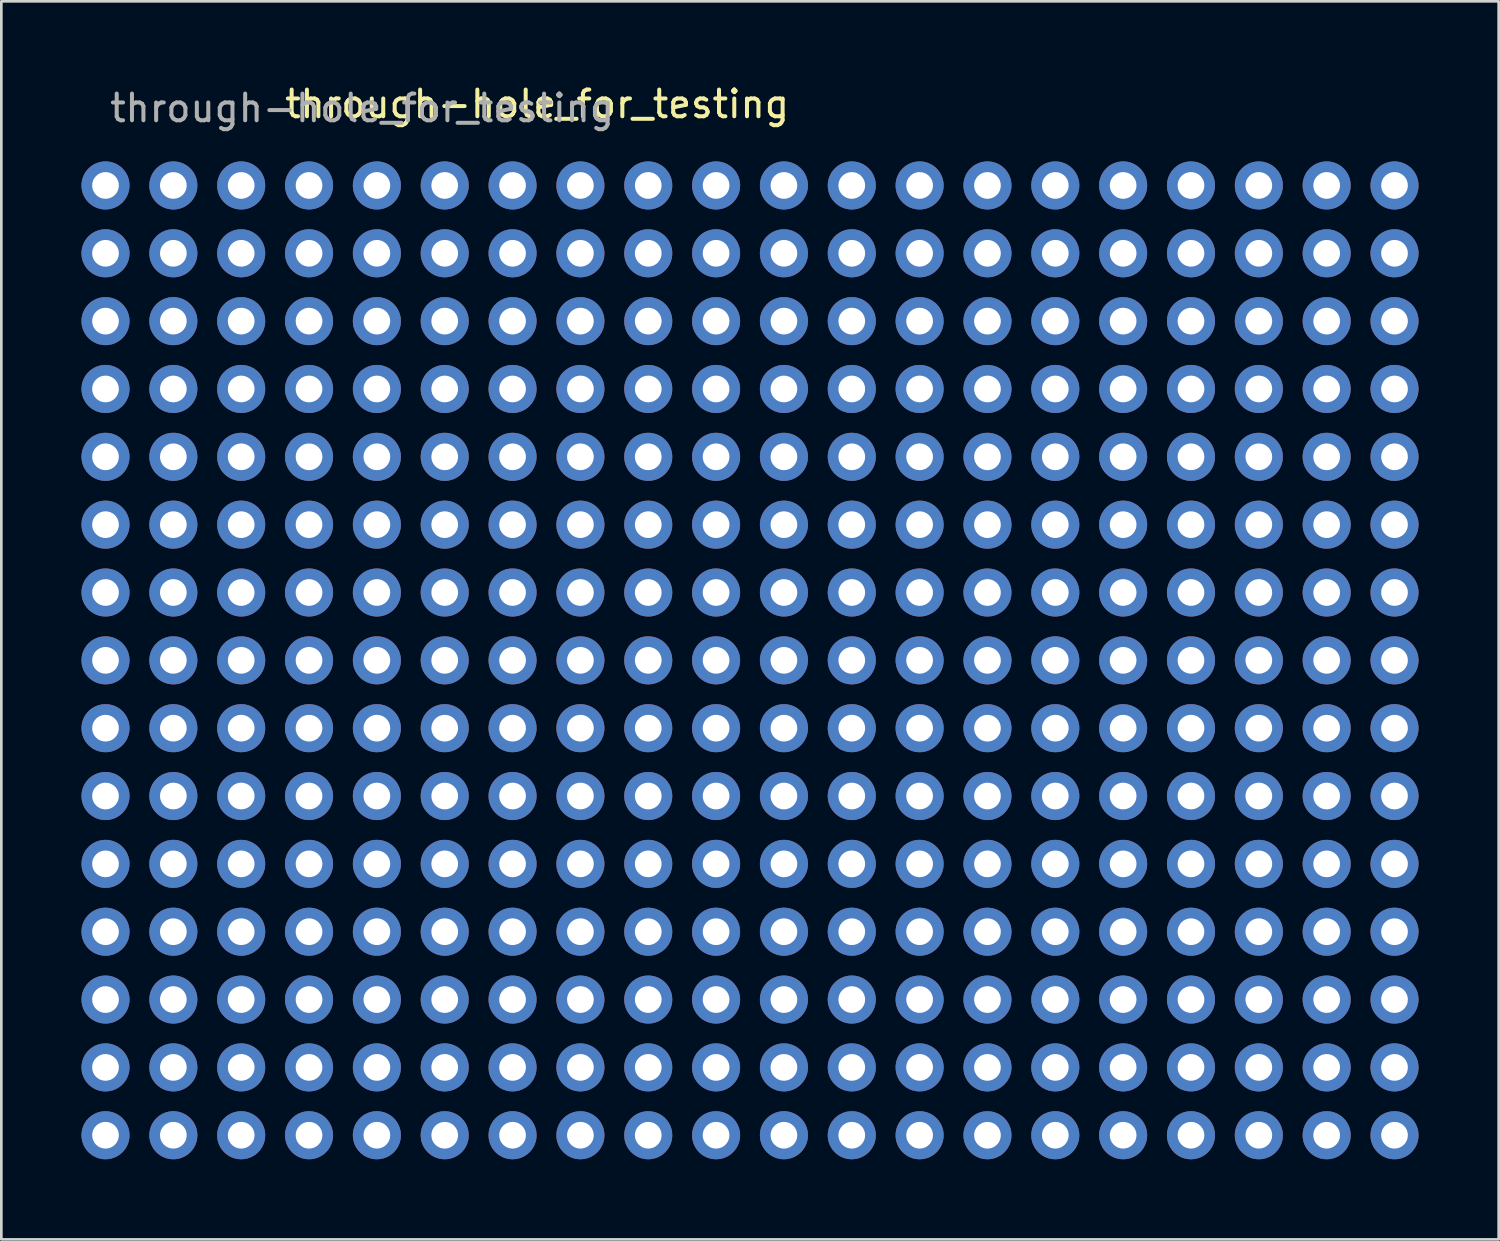
<source format=kicad_pcb>
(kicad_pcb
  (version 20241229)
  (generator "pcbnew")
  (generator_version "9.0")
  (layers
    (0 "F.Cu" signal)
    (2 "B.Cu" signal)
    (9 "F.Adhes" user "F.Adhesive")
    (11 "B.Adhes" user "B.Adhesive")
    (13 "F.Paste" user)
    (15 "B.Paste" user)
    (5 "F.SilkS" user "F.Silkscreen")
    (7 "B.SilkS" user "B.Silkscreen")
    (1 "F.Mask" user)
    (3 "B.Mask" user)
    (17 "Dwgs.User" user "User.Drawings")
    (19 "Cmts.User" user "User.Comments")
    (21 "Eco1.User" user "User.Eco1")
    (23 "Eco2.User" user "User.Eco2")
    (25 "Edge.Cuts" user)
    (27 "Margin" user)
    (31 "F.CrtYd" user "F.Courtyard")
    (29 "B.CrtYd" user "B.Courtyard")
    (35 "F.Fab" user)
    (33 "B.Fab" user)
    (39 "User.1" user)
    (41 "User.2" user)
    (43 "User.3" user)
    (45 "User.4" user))
  (footprint "through-hole_for_testing"
    (layer "F.Cu")
    (at 25.035 21.673)
    (property "Reference" "through-hole_for_testing" (at -7.975 -20.825 0) (unlocked yes) (layer "F.SilkS") (effects (font (size 1 1) (thickness 0.15))))
    (attr through_hole)
    (fp_text user "${REFERENCE}" (at -14.525 -20.675 0) (unlocked yes) (layer "F.Fab") (effects (font (size 1 1) (thickness 0.15))))
    (pad "1" thru_hole circle (at -24.135 -17.78) (size 1.8 1.8) (drill 1) (layers "*.Cu" "*.Mask"))
    (pad "1" thru_hole circle (at -24.135 -15.24) (size 1.8 1.8) (drill 1) (layers "*.Cu" "*.Mask"))
    (pad "1" thru_hole circle (at -24.135 -12.7) (size 1.8 1.8) (drill 1) (layers "*.Cu" "*.Mask"))
    (pad "1" thru_hole circle (at -24.135 -10.16) (size 1.8 1.8) (drill 1) (layers "*.Cu" "*.Mask"))
    (pad "1" thru_hole circle (at -24.135 -7.62) (size 1.8 1.8) (drill 1) (layers "*.Cu" "*.Mask"))
    (pad "1" thru_hole circle (at -24.135 -5.08) (size 1.8 1.8) (drill 1) (layers "*.Cu" "*.Mask"))
    (pad "1" thru_hole circle (at -24.135 -2.54) (size 1.8 1.8) (drill 1) (layers "*.Cu" "*.Mask"))
    (pad "1" thru_hole circle (at -24.135 0) (size 1.8 1.8) (drill 1) (layers "*.Cu" "*.Mask"))
    (pad "1" thru_hole circle (at -24.135 2.54) (size 1.8 1.8) (drill 1) (layers "*.Cu" "*.Mask"))
    (pad "1" thru_hole circle (at -24.135 5.08) (size 1.8 1.8) (drill 1) (layers "*.Cu" "*.Mask"))
    (pad "1" thru_hole circle (at -24.135 7.62) (size 1.8 1.8) (drill 1) (layers "*.Cu" "*.Mask"))
    (pad "1" thru_hole circle (at -24.135 10.16) (size 1.8 1.8) (drill 1) (layers "*.Cu" "*.Mask"))
    (pad "1" thru_hole circle (at -24.135 12.7) (size 1.8 1.8) (drill 1) (layers "*.Cu" "*.Mask"))
    (pad "1" thru_hole circle (at -24.135 15.24) (size 1.8 1.8) (drill 1) (layers "*.Cu" "*.Mask"))
    (pad "1" thru_hole circle (at -24.135 17.78) (size 1.8 1.8) (drill 1) (layers "*.Cu" "*.Mask"))
    (pad "1" thru_hole circle (at -21.595 -17.78) (size 1.8 1.8) (drill 1) (layers "*.Cu" "*.Mask"))
    (pad "1" thru_hole circle (at -21.595 -15.24) (size 1.8 1.8) (drill 1) (layers "*.Cu" "*.Mask"))
    (pad "1" thru_hole circle (at -21.595 -12.7) (size 1.8 1.8) (drill 1) (layers "*.Cu" "*.Mask"))
    (pad "1" thru_hole circle (at -21.595 -10.16) (size 1.8 1.8) (drill 1) (layers "*.Cu" "*.Mask"))
    (pad "1" thru_hole circle (at -21.595 -7.62) (size 1.8 1.8) (drill 1) (layers "*.Cu" "*.Mask"))
    (pad "1" thru_hole circle (at -21.595 -5.08) (size 1.8 1.8) (drill 1) (layers "*.Cu" "*.Mask"))
    (pad "1" thru_hole circle (at -21.595 -2.54) (size 1.8 1.8) (drill 1) (layers "*.Cu" "*.Mask"))
    (pad "1" thru_hole circle (at -21.595 0) (size 1.8 1.8) (drill 1) (layers "*.Cu" "*.Mask"))
    (pad "1" thru_hole circle (at -21.595 2.54) (size 1.8 1.8) (drill 1) (layers "*.Cu" "*.Mask"))
    (pad "1" thru_hole circle (at -21.595 5.08) (size 1.8 1.8) (drill 1) (layers "*.Cu" "*.Mask"))
    (pad "1" thru_hole circle (at -21.595 7.62) (size 1.8 1.8) (drill 1) (layers "*.Cu" "*.Mask"))
    (pad "1" thru_hole circle (at -21.595 10.16) (size 1.8 1.8) (drill 1) (layers "*.Cu" "*.Mask"))
    (pad "1" thru_hole circle (at -21.595 12.7) (size 1.8 1.8) (drill 1) (layers "*.Cu" "*.Mask"))
    (pad "1" thru_hole circle (at -21.595 15.24) (size 1.8 1.8) (drill 1) (layers "*.Cu" "*.Mask"))
    (pad "1" thru_hole circle (at -21.595 17.78) (size 1.8 1.8) (drill 1) (layers "*.Cu" "*.Mask"))
    (pad "1" thru_hole circle (at -19.055 -17.78) (size 1.8 1.8) (drill 1) (layers "*.Cu" "*.Mask"))
    (pad "1" thru_hole circle (at -19.055 -15.24) (size 1.8 1.8) (drill 1) (layers "*.Cu" "*.Mask"))
    (pad "1" thru_hole circle (at -19.055 -12.7) (size 1.8 1.8) (drill 1) (layers "*.Cu" "*.Mask"))
    (pad "1" thru_hole circle (at -19.055 -10.16) (size 1.8 1.8) (drill 1) (layers "*.Cu" "*.Mask"))
    (pad "1" thru_hole circle (at -19.055 -7.62) (size 1.8 1.8) (drill 1) (layers "*.Cu" "*.Mask"))
    (pad "1" thru_hole circle (at -19.055 -5.08) (size 1.8 1.8) (drill 1) (layers "*.Cu" "*.Mask"))
    (pad "1" thru_hole circle (at -19.055 -2.54) (size 1.8 1.8) (drill 1) (layers "*.Cu" "*.Mask"))
    (pad "1" thru_hole circle (at -19.055 0) (size 1.8 1.8) (drill 1) (layers "*.Cu" "*.Mask"))
    (pad "1" thru_hole circle (at -19.055 2.54) (size 1.8 1.8) (drill 1) (layers "*.Cu" "*.Mask"))
    (pad "1" thru_hole circle (at -19.055 5.08) (size 1.8 1.8) (drill 1) (layers "*.Cu" "*.Mask"))
    (pad "1" thru_hole circle (at -19.055 7.62) (size 1.8 1.8) (drill 1) (layers "*.Cu" "*.Mask"))
    (pad "1" thru_hole circle (at -19.055 10.16) (size 1.8 1.8) (drill 1) (layers "*.Cu" "*.Mask"))
    (pad "1" thru_hole circle (at -19.055 12.7) (size 1.8 1.8) (drill 1) (layers "*.Cu" "*.Mask"))
    (pad "1" thru_hole circle (at -19.055 15.24) (size 1.8 1.8) (drill 1) (layers "*.Cu" "*.Mask"))
    (pad "1" thru_hole circle (at -19.055 17.78) (size 1.8 1.8) (drill 1) (layers "*.Cu" "*.Mask"))
    (pad "1" thru_hole circle (at -16.515 -17.78) (size 1.8 1.8) (drill 1) (layers "*.Cu" "*.Mask"))
    (pad "1" thru_hole circle (at -16.515 -15.24) (size 1.8 1.8) (drill 1) (layers "*.Cu" "*.Mask"))
    (pad "1" thru_hole circle (at -16.515 -12.7) (size 1.8 1.8) (drill 1) (layers "*.Cu" "*.Mask"))
    (pad "1" thru_hole circle (at -16.515 -10.16) (size 1.8 1.8) (drill 1) (layers "*.Cu" "*.Mask"))
    (pad "1" thru_hole circle (at -16.515 -7.62) (size 1.8 1.8) (drill 1) (layers "*.Cu" "*.Mask"))
    (pad "1" thru_hole circle (at -16.515 -5.08) (size 1.8 1.8) (drill 1) (layers "*.Cu" "*.Mask"))
    (pad "1" thru_hole circle (at -16.515 -2.54) (size 1.8 1.8) (drill 1) (layers "*.Cu" "*.Mask"))
    (pad "1" thru_hole circle (at -16.515 0) (size 1.8 1.8) (drill 1) (layers "*.Cu" "*.Mask"))
    (pad "1" thru_hole circle (at -16.515 2.54) (size 1.8 1.8) (drill 1) (layers "*.Cu" "*.Mask"))
    (pad "1" thru_hole circle (at -16.515 5.08) (size 1.8 1.8) (drill 1) (layers "*.Cu" "*.Mask"))
    (pad "1" thru_hole circle (at -16.515 7.62) (size 1.8 1.8) (drill 1) (layers "*.Cu" "*.Mask"))
    (pad "1" thru_hole circle (at -16.515 10.16) (size 1.8 1.8) (drill 1) (layers "*.Cu" "*.Mask"))
    (pad "1" thru_hole circle (at -16.515 12.7) (size 1.8 1.8) (drill 1) (layers "*.Cu" "*.Mask"))
    (pad "1" thru_hole circle (at -16.515 15.24) (size 1.8 1.8) (drill 1) (layers "*.Cu" "*.Mask"))
    (pad "1" thru_hole circle (at -16.515 17.78) (size 1.8 1.8) (drill 1) (layers "*.Cu" "*.Mask"))
    (pad "1" thru_hole circle (at -13.975 -17.78) (size 1.8 1.8) (drill 1) (layers "*.Cu" "*.Mask"))
    (pad "1" thru_hole circle (at -13.975 -15.24) (size 1.8 1.8) (drill 1) (layers "*.Cu" "*.Mask"))
    (pad "1" thru_hole circle (at -13.975 -12.7) (size 1.8 1.8) (drill 1) (layers "*.Cu" "*.Mask"))
    (pad "1" thru_hole circle (at -13.975 -10.16) (size 1.8 1.8) (drill 1) (layers "*.Cu" "*.Mask"))
    (pad "1" thru_hole circle (at -13.975 -7.62) (size 1.8 1.8) (drill 1) (layers "*.Cu" "*.Mask"))
    (pad "1" thru_hole circle (at -13.975 -5.08) (size 1.8 1.8) (drill 1) (layers "*.Cu" "*.Mask"))
    (pad "1" thru_hole circle (at -13.975 -2.54) (size 1.8 1.8) (drill 1) (layers "*.Cu" "*.Mask"))
    (pad "1" thru_hole circle (at -13.975 0) (size 1.8 1.8) (drill 1) (layers "*.Cu" "*.Mask"))
    (pad "1" thru_hole circle (at -13.975 2.54) (size 1.8 1.8) (drill 1) (layers "*.Cu" "*.Mask"))
    (pad "1" thru_hole circle (at -13.975 5.08) (size 1.8 1.8) (drill 1) (layers "*.Cu" "*.Mask"))
    (pad "1" thru_hole circle (at -13.975 7.62) (size 1.8 1.8) (drill 1) (layers "*.Cu" "*.Mask"))
    (pad "1" thru_hole circle (at -13.975 10.16) (size 1.8 1.8) (drill 1) (layers "*.Cu" "*.Mask"))
    (pad "1" thru_hole circle (at -13.975 12.7) (size 1.8 1.8) (drill 1) (layers "*.Cu" "*.Mask"))
    (pad "1" thru_hole circle (at -13.975 15.24) (size 1.8 1.8) (drill 1) (layers "*.Cu" "*.Mask"))
    (pad "1" thru_hole circle (at -13.975 17.78) (size 1.8 1.8) (drill 1) (layers "*.Cu" "*.Mask"))
    (pad "1" thru_hole circle (at -11.435 -17.78) (size 1.8 1.8) (drill 1) (layers "*.Cu" "*.Mask"))
    (pad "1" thru_hole circle (at -11.435 -15.24) (size 1.8 1.8) (drill 1) (layers "*.Cu" "*.Mask"))
    (pad "1" thru_hole circle (at -11.435 -12.7) (size 1.8 1.8) (drill 1) (layers "*.Cu" "*.Mask"))
    (pad "1" thru_hole circle (at -11.435 -10.16) (size 1.8 1.8) (drill 1) (layers "*.Cu" "*.Mask"))
    (pad "1" thru_hole circle (at -11.435 -7.62) (size 1.8 1.8) (drill 1) (layers "*.Cu" "*.Mask"))
    (pad "1" thru_hole circle (at -11.435 -5.08) (size 1.8 1.8) (drill 1) (layers "*.Cu" "*.Mask"))
    (pad "1" thru_hole circle (at -11.435 -2.54) (size 1.8 1.8) (drill 1) (layers "*.Cu" "*.Mask"))
    (pad "1" thru_hole circle (at -11.435 0) (size 1.8 1.8) (drill 1) (layers "*.Cu" "*.Mask"))
    (pad "1" thru_hole circle (at -11.435 2.54) (size 1.8 1.8) (drill 1) (layers "*.Cu" "*.Mask"))
    (pad "1" thru_hole circle (at -11.435 5.08) (size 1.8 1.8) (drill 1) (layers "*.Cu" "*.Mask"))
    (pad "1" thru_hole circle (at -11.435 7.62) (size 1.8 1.8) (drill 1) (layers "*.Cu" "*.Mask"))
    (pad "1" thru_hole circle (at -11.435 10.16) (size 1.8 1.8) (drill 1) (layers "*.Cu" "*.Mask"))
    (pad "1" thru_hole circle (at -11.435 12.7) (size 1.8 1.8) (drill 1) (layers "*.Cu" "*.Mask"))
    (pad "1" thru_hole circle (at -11.435 15.24) (size 1.8 1.8) (drill 1) (layers "*.Cu" "*.Mask"))
    (pad "1" thru_hole circle (at -11.435 17.78) (size 1.8 1.8) (drill 1) (layers "*.Cu" "*.Mask"))
    (pad "1" thru_hole circle (at -8.895 -17.78) (size 1.8 1.8) (drill 1) (layers "*.Cu" "*.Mask"))
    (pad "1" thru_hole circle (at -8.895 -15.24) (size 1.8 1.8) (drill 1) (layers "*.Cu" "*.Mask"))
    (pad "1" thru_hole circle (at -8.895 -12.7) (size 1.8 1.8) (drill 1) (layers "*.Cu" "*.Mask"))
    (pad "1" thru_hole circle (at -8.895 -10.16) (size 1.8 1.8) (drill 1) (layers "*.Cu" "*.Mask"))
    (pad "1" thru_hole circle (at -8.895 -7.62) (size 1.8 1.8) (drill 1) (layers "*.Cu" "*.Mask"))
    (pad "1" thru_hole circle (at -8.895 -5.08) (size 1.8 1.8) (drill 1) (layers "*.Cu" "*.Mask"))
    (pad "1" thru_hole circle (at -8.895 -2.54) (size 1.8 1.8) (drill 1) (layers "*.Cu" "*.Mask"))
    (pad "1" thru_hole circle (at -8.895 0) (size 1.8 1.8) (drill 1) (layers "*.Cu" "*.Mask"))
    (pad "1" thru_hole circle (at -8.895 2.54) (size 1.8 1.8) (drill 1) (layers "*.Cu" "*.Mask"))
    (pad "1" thru_hole circle (at -8.895 5.08) (size 1.8 1.8) (drill 1) (layers "*.Cu" "*.Mask"))
    (pad "1" thru_hole circle (at -8.895 7.62) (size 1.8 1.8) (drill 1) (layers "*.Cu" "*.Mask"))
    (pad "1" thru_hole circle (at -8.895 10.16) (size 1.8 1.8) (drill 1) (layers "*.Cu" "*.Mask"))
    (pad "1" thru_hole circle (at -8.895 12.7) (size 1.8 1.8) (drill 1) (layers "*.Cu" "*.Mask"))
    (pad "1" thru_hole circle (at -8.895 15.24) (size 1.8 1.8) (drill 1) (layers "*.Cu" "*.Mask"))
    (pad "1" thru_hole circle (at -8.895 17.78) (size 1.8 1.8) (drill 1) (layers "*.Cu" "*.Mask"))
    (pad "1" thru_hole circle (at -6.355 -17.78) (size 1.8 1.8) (drill 1) (layers "*.Cu" "*.Mask"))
    (pad "1" thru_hole circle (at -6.355 -15.24) (size 1.8 1.8) (drill 1) (layers "*.Cu" "*.Mask"))
    (pad "1" thru_hole circle (at -6.355 -12.7) (size 1.8 1.8) (drill 1) (layers "*.Cu" "*.Mask"))
    (pad "1" thru_hole circle (at -6.355 -10.16) (size 1.8 1.8) (drill 1) (layers "*.Cu" "*.Mask"))
    (pad "1" thru_hole circle (at -6.355 -7.62) (size 1.8 1.8) (drill 1) (layers "*.Cu" "*.Mask"))
    (pad "1" thru_hole circle (at -6.355 -5.08) (size 1.8 1.8) (drill 1) (layers "*.Cu" "*.Mask"))
    (pad "1" thru_hole circle (at -6.355 -2.54) (size 1.8 1.8) (drill 1) (layers "*.Cu" "*.Mask"))
    (pad "1" thru_hole circle (at -6.355 0) (size 1.8 1.8) (drill 1) (layers "*.Cu" "*.Mask"))
    (pad "1" thru_hole circle (at -6.355 2.54) (size 1.8 1.8) (drill 1) (layers "*.Cu" "*.Mask"))
    (pad "1" thru_hole circle (at -6.355 5.08) (size 1.8 1.8) (drill 1) (layers "*.Cu" "*.Mask"))
    (pad "1" thru_hole circle (at -6.355 7.62) (size 1.8 1.8) (drill 1) (layers "*.Cu" "*.Mask"))
    (pad "1" thru_hole circle (at -6.355 10.16) (size 1.8 1.8) (drill 1) (layers "*.Cu" "*.Mask"))
    (pad "1" thru_hole circle (at -6.355 12.7) (size 1.8 1.8) (drill 1) (layers "*.Cu" "*.Mask"))
    (pad "1" thru_hole circle (at -6.355 15.24) (size 1.8 1.8) (drill 1) (layers "*.Cu" "*.Mask"))
    (pad "1" thru_hole circle (at -6.355 17.78) (size 1.8 1.8) (drill 1) (layers "*.Cu" "*.Mask"))
    (pad "1" thru_hole circle (at -3.815 -17.78) (size 1.8 1.8) (drill 1) (layers "*.Cu" "*.Mask"))
    (pad "1" thru_hole circle (at -3.815 -15.24) (size 1.8 1.8) (drill 1) (layers "*.Cu" "*.Mask"))
    (pad "1" thru_hole circle (at -3.815 -12.7) (size 1.8 1.8) (drill 1) (layers "*.Cu" "*.Mask"))
    (pad "1" thru_hole circle (at -3.815 -10.16) (size 1.8 1.8) (drill 1) (layers "*.Cu" "*.Mask"))
    (pad "1" thru_hole circle (at -3.815 -7.62) (size 1.8 1.8) (drill 1) (layers "*.Cu" "*.Mask"))
    (pad "1" thru_hole circle (at -3.815 -5.08) (size 1.8 1.8) (drill 1) (layers "*.Cu" "*.Mask"))
    (pad "1" thru_hole circle (at -3.815 -2.54) (size 1.8 1.8) (drill 1) (layers "*.Cu" "*.Mask"))
    (pad "1" thru_hole circle (at -3.815 0) (size 1.8 1.8) (drill 1) (layers "*.Cu" "*.Mask"))
    (pad "1" thru_hole circle (at -3.815 2.54) (size 1.8 1.8) (drill 1) (layers "*.Cu" "*.Mask"))
    (pad "1" thru_hole circle (at -3.815 5.08) (size 1.8 1.8) (drill 1) (layers "*.Cu" "*.Mask"))
    (pad "1" thru_hole circle (at -3.815 7.62) (size 1.8 1.8) (drill 1) (layers "*.Cu" "*.Mask"))
    (pad "1" thru_hole circle (at -3.815 10.16) (size 1.8 1.8) (drill 1) (layers "*.Cu" "*.Mask"))
    (pad "1" thru_hole circle (at -3.815 12.7) (size 1.8 1.8) (drill 1) (layers "*.Cu" "*.Mask"))
    (pad "1" thru_hole circle (at -3.815 15.24) (size 1.8 1.8) (drill 1) (layers "*.Cu" "*.Mask"))
    (pad "1" thru_hole circle (at -3.815 17.78) (size 1.8 1.8) (drill 1) (layers "*.Cu" "*.Mask"))
    (pad "1" thru_hole circle (at -1.275 -17.78) (size 1.8 1.8) (drill 1) (layers "*.Cu" "*.Mask"))
    (pad "1" thru_hole circle (at -1.275 -15.24) (size 1.8 1.8) (drill 1) (layers "*.Cu" "*.Mask"))
    (pad "1" thru_hole circle (at -1.275 -12.7) (size 1.8 1.8) (drill 1) (layers "*.Cu" "*.Mask"))
    (pad "1" thru_hole circle (at -1.275 -10.16) (size 1.8 1.8) (drill 1) (layers "*.Cu" "*.Mask"))
    (pad "1" thru_hole circle (at -1.275 -7.62) (size 1.8 1.8) (drill 1) (layers "*.Cu" "*.Mask"))
    (pad "1" thru_hole circle (at -1.275 -5.08) (size 1.8 1.8) (drill 1) (layers "*.Cu" "*.Mask"))
    (pad "1" thru_hole circle (at -1.275 -2.54) (size 1.8 1.8) (drill 1) (layers "*.Cu" "*.Mask"))
    (pad "1" thru_hole circle (at -1.275 0) (size 1.8 1.8) (drill 1) (layers "*.Cu" "*.Mask"))
    (pad "1" thru_hole circle (at -1.275 2.54) (size 1.8 1.8) (drill 1) (layers "*.Cu" "*.Mask"))
    (pad "1" thru_hole circle (at -1.275 5.08) (size 1.8 1.8) (drill 1) (layers "*.Cu" "*.Mask"))
    (pad "1" thru_hole circle (at -1.275 7.62) (size 1.8 1.8) (drill 1) (layers "*.Cu" "*.Mask"))
    (pad "1" thru_hole circle (at -1.275 10.16) (size 1.8 1.8) (drill 1) (layers "*.Cu" "*.Mask"))
    (pad "1" thru_hole circle (at -1.275 12.7) (size 1.8 1.8) (drill 1) (layers "*.Cu" "*.Mask"))
    (pad "1" thru_hole circle (at -1.275 15.24) (size 1.8 1.8) (drill 1) (layers "*.Cu" "*.Mask"))
    (pad "1" thru_hole circle (at -1.275 17.78) (size 1.8 1.8) (drill 1) (layers "*.Cu" "*.Mask"))
    (pad "1" thru_hole circle (at 1.265 -17.78) (size 1.8 1.8) (drill 1) (layers "*.Cu" "*.Mask"))
    (pad "1" thru_hole circle (at 1.265 -15.24) (size 1.8 1.8) (drill 1) (layers "*.Cu" "*.Mask"))
    (pad "1" thru_hole circle (at 1.265 -12.7) (size 1.8 1.8) (drill 1) (layers "*.Cu" "*.Mask"))
    (pad "1" thru_hole circle (at 1.265 -10.16) (size 1.8 1.8) (drill 1) (layers "*.Cu" "*.Mask"))
    (pad "1" thru_hole circle (at 1.265 -7.62) (size 1.8 1.8) (drill 1) (layers "*.Cu" "*.Mask"))
    (pad "1" thru_hole circle (at 1.265 -5.08) (size 1.8 1.8) (drill 1) (layers "*.Cu" "*.Mask"))
    (pad "1" thru_hole circle (at 1.265 -2.54) (size 1.8 1.8) (drill 1) (layers "*.Cu" "*.Mask"))
    (pad "1" thru_hole circle (at 1.265 0) (size 1.8 1.8) (drill 1) (layers "*.Cu" "*.Mask"))
    (pad "1" thru_hole circle (at 1.265 2.54) (size 1.8 1.8) (drill 1) (layers "*.Cu" "*.Mask"))
    (pad "1" thru_hole circle (at 1.265 5.08) (size 1.8 1.8) (drill 1) (layers "*.Cu" "*.Mask"))
    (pad "1" thru_hole circle (at 1.265 7.62) (size 1.8 1.8) (drill 1) (layers "*.Cu" "*.Mask"))
    (pad "1" thru_hole circle (at 1.265 10.16) (size 1.8 1.8) (drill 1) (layers "*.Cu" "*.Mask"))
    (pad "1" thru_hole circle (at 1.265 12.7) (size 1.8 1.8) (drill 1) (layers "*.Cu" "*.Mask"))
    (pad "1" thru_hole circle (at 1.265 15.24) (size 1.8 1.8) (drill 1) (layers "*.Cu" "*.Mask"))
    (pad "1" thru_hole circle (at 1.265 17.78) (size 1.8 1.8) (drill 1) (layers "*.Cu" "*.Mask"))
    (pad "1" thru_hole circle (at 3.805 -17.78) (size 1.8 1.8) (drill 1) (layers "*.Cu" "*.Mask"))
    (pad "1" thru_hole circle (at 3.805 -15.24) (size 1.8 1.8) (drill 1) (layers "*.Cu" "*.Mask"))
    (pad "1" thru_hole circle (at 3.805 -12.7) (size 1.8 1.8) (drill 1) (layers "*.Cu" "*.Mask"))
    (pad "1" thru_hole circle (at 3.805 -10.16) (size 1.8 1.8) (drill 1) (layers "*.Cu" "*.Mask"))
    (pad "1" thru_hole circle (at 3.805 -7.62) (size 1.8 1.8) (drill 1) (layers "*.Cu" "*.Mask"))
    (pad "1" thru_hole circle (at 3.805 -5.08) (size 1.8 1.8) (drill 1) (layers "*.Cu" "*.Mask"))
    (pad "1" thru_hole circle (at 3.805 -2.54) (size 1.8 1.8) (drill 1) (layers "*.Cu" "*.Mask"))
    (pad "1" thru_hole circle (at 3.805 0) (size 1.8 1.8) (drill 1) (layers "*.Cu" "*.Mask"))
    (pad "1" thru_hole circle (at 3.805 2.54) (size 1.8 1.8) (drill 1) (layers "*.Cu" "*.Mask"))
    (pad "1" thru_hole circle (at 3.805 5.08) (size 1.8 1.8) (drill 1) (layers "*.Cu" "*.Mask"))
    (pad "1" thru_hole circle (at 3.805 7.62) (size 1.8 1.8) (drill 1) (layers "*.Cu" "*.Mask"))
    (pad "1" thru_hole circle (at 3.805 10.16) (size 1.8 1.8) (drill 1) (layers "*.Cu" "*.Mask"))
    (pad "1" thru_hole circle (at 3.805 12.7) (size 1.8 1.8) (drill 1) (layers "*.Cu" "*.Mask"))
    (pad "1" thru_hole circle (at 3.805 15.24) (size 1.8 1.8) (drill 1) (layers "*.Cu" "*.Mask"))
    (pad "1" thru_hole circle (at 3.805 17.78) (size 1.8 1.8) (drill 1) (layers "*.Cu" "*.Mask"))
    (pad "1" thru_hole circle (at 6.345 -17.78) (size 1.8 1.8) (drill 1) (layers "*.Cu" "*.Mask"))
    (pad "1" thru_hole circle (at 6.345 -15.24) (size 1.8 1.8) (drill 1) (layers "*.Cu" "*.Mask"))
    (pad "1" thru_hole circle (at 6.345 -12.7) (size 1.8 1.8) (drill 1) (layers "*.Cu" "*.Mask"))
    (pad "1" thru_hole circle (at 6.345 -10.16) (size 1.8 1.8) (drill 1) (layers "*.Cu" "*.Mask"))
    (pad "1" thru_hole circle (at 6.345 -7.62) (size 1.8 1.8) (drill 1) (layers "*.Cu" "*.Mask"))
    (pad "1" thru_hole circle (at 6.345 -5.08) (size 1.8 1.8) (drill 1) (layers "*.Cu" "*.Mask"))
    (pad "1" thru_hole circle (at 6.345 -2.54) (size 1.8 1.8) (drill 1) (layers "*.Cu" "*.Mask"))
    (pad "1" thru_hole circle (at 6.345 0) (size 1.8 1.8) (drill 1) (layers "*.Cu" "*.Mask"))
    (pad "1" thru_hole circle (at 6.345 2.54) (size 1.8 1.8) (drill 1) (layers "*.Cu" "*.Mask"))
    (pad "1" thru_hole circle (at 6.345 5.08) (size 1.8 1.8) (drill 1) (layers "*.Cu" "*.Mask"))
    (pad "1" thru_hole circle (at 6.345 7.62) (size 1.8 1.8) (drill 1) (layers "*.Cu" "*.Mask"))
    (pad "1" thru_hole circle (at 6.345 10.16) (size 1.8 1.8) (drill 1) (layers "*.Cu" "*.Mask"))
    (pad "1" thru_hole circle (at 6.345 12.7) (size 1.8 1.8) (drill 1) (layers "*.Cu" "*.Mask"))
    (pad "1" thru_hole circle (at 6.345 15.24) (size 1.8 1.8) (drill 1) (layers "*.Cu" "*.Mask"))
    (pad "1" thru_hole circle (at 6.345 17.78) (size 1.8 1.8) (drill 1) (layers "*.Cu" "*.Mask"))
    (pad "1" thru_hole circle (at 8.885 -17.78) (size 1.8 1.8) (drill 1) (layers "*.Cu" "*.Mask"))
    (pad "1" thru_hole circle (at 8.885 -15.24) (size 1.8 1.8) (drill 1) (layers "*.Cu" "*.Mask"))
    (pad "1" thru_hole circle (at 8.885 -12.7) (size 1.8 1.8) (drill 1) (layers "*.Cu" "*.Mask"))
    (pad "1" thru_hole circle (at 8.885 -10.16) (size 1.8 1.8) (drill 1) (layers "*.Cu" "*.Mask"))
    (pad "1" thru_hole circle (at 8.885 -7.62) (size 1.8 1.8) (drill 1) (layers "*.Cu" "*.Mask"))
    (pad "1" thru_hole circle (at 8.885 -5.08) (size 1.8 1.8) (drill 1) (layers "*.Cu" "*.Mask"))
    (pad "1" thru_hole circle (at 8.885 -2.54) (size 1.8 1.8) (drill 1) (layers "*.Cu" "*.Mask"))
    (pad "1" thru_hole circle (at 8.885 0) (size 1.8 1.8) (drill 1) (layers "*.Cu" "*.Mask"))
    (pad "1" thru_hole circle (at 8.885 2.54) (size 1.8 1.8) (drill 1) (layers "*.Cu" "*.Mask"))
    (pad "1" thru_hole circle (at 8.885 5.08) (size 1.8 1.8) (drill 1) (layers "*.Cu" "*.Mask"))
    (pad "1" thru_hole circle (at 8.885 7.62) (size 1.8 1.8) (drill 1) (layers "*.Cu" "*.Mask"))
    (pad "1" thru_hole circle (at 8.885 10.16) (size 1.8 1.8) (drill 1) (layers "*.Cu" "*.Mask"))
    (pad "1" thru_hole circle (at 8.885 12.7) (size 1.8 1.8) (drill 1) (layers "*.Cu" "*.Mask"))
    (pad "1" thru_hole circle (at 8.885 15.24) (size 1.8 1.8) (drill 1) (layers "*.Cu" "*.Mask"))
    (pad "1" thru_hole circle (at 8.885 17.78) (size 1.8 1.8) (drill 1) (layers "*.Cu" "*.Mask"))
    (pad "1" thru_hole circle (at 11.425 -17.78) (size 1.8 1.8) (drill 1) (layers "*.Cu" "*.Mask"))
    (pad "1" thru_hole circle (at 11.425 -15.24) (size 1.8 1.8) (drill 1) (layers "*.Cu" "*.Mask"))
    (pad "1" thru_hole circle (at 11.425 -12.7) (size 1.8 1.8) (drill 1) (layers "*.Cu" "*.Mask"))
    (pad "1" thru_hole circle (at 11.425 -10.16) (size 1.8 1.8) (drill 1) (layers "*.Cu" "*.Mask"))
    (pad "1" thru_hole circle (at 11.425 -7.62) (size 1.8 1.8) (drill 1) (layers "*.Cu" "*.Mask"))
    (pad "1" thru_hole circle (at 11.425 -5.08) (size 1.8 1.8) (drill 1) (layers "*.Cu" "*.Mask"))
    (pad "1" thru_hole circle (at 11.425 -2.54) (size 1.8 1.8) (drill 1) (layers "*.Cu" "*.Mask"))
    (pad "1" thru_hole circle (at 11.425 0) (size 1.8 1.8) (drill 1) (layers "*.Cu" "*.Mask"))
    (pad "1" thru_hole circle (at 11.425 2.54) (size 1.8 1.8) (drill 1) (layers "*.Cu" "*.Mask"))
    (pad "1" thru_hole circle (at 11.425 5.08) (size 1.8 1.8) (drill 1) (layers "*.Cu" "*.Mask"))
    (pad "1" thru_hole circle (at 11.425 7.62) (size 1.8 1.8) (drill 1) (layers "*.Cu" "*.Mask"))
    (pad "1" thru_hole circle (at 11.425 10.16) (size 1.8 1.8) (drill 1) (layers "*.Cu" "*.Mask"))
    (pad "1" thru_hole circle (at 11.425 12.7) (size 1.8 1.8) (drill 1) (layers "*.Cu" "*.Mask"))
    (pad "1" thru_hole circle (at 11.425 15.24) (size 1.8 1.8) (drill 1) (layers "*.Cu" "*.Mask"))
    (pad "1" thru_hole circle (at 11.425 17.78) (size 1.8 1.8) (drill 1) (layers "*.Cu" "*.Mask"))
    (pad "1" thru_hole circle (at 13.965 -17.78) (size 1.8 1.8) (drill 1) (layers "*.Cu" "*.Mask"))
    (pad "1" thru_hole circle (at 13.965 -15.24) (size 1.8 1.8) (drill 1) (layers "*.Cu" "*.Mask"))
    (pad "1" thru_hole circle (at 13.965 -12.7) (size 1.8 1.8) (drill 1) (layers "*.Cu" "*.Mask"))
    (pad "1" thru_hole circle (at 13.965 -10.16) (size 1.8 1.8) (drill 1) (layers "*.Cu" "*.Mask"))
    (pad "1" thru_hole circle (at 13.965 -7.62) (size 1.8 1.8) (drill 1) (layers "*.Cu" "*.Mask"))
    (pad "1" thru_hole circle (at 13.965 -5.08) (size 1.8 1.8) (drill 1) (layers "*.Cu" "*.Mask"))
    (pad "1" thru_hole circle (at 13.965 -2.54) (size 1.8 1.8) (drill 1) (layers "*.Cu" "*.Mask"))
    (pad "1" thru_hole circle (at 13.965 0) (size 1.8 1.8) (drill 1) (layers "*.Cu" "*.Mask"))
    (pad "1" thru_hole circle (at 13.965 2.54) (size 1.8 1.8) (drill 1) (layers "*.Cu" "*.Mask"))
    (pad "1" thru_hole circle (at 13.965 5.08) (size 1.8 1.8) (drill 1) (layers "*.Cu" "*.Mask"))
    (pad "1" thru_hole circle (at 13.965 7.62) (size 1.8 1.8) (drill 1) (layers "*.Cu" "*.Mask"))
    (pad "1" thru_hole circle (at 13.965 10.16) (size 1.8 1.8) (drill 1) (layers "*.Cu" "*.Mask"))
    (pad "1" thru_hole circle (at 13.965 12.7) (size 1.8 1.8) (drill 1) (layers "*.Cu" "*.Mask"))
    (pad "1" thru_hole circle (at 13.965 15.24) (size 1.8 1.8) (drill 1) (layers "*.Cu" "*.Mask"))
    (pad "1" thru_hole circle (at 13.965 17.78) (size 1.8 1.8) (drill 1) (layers "*.Cu" "*.Mask"))
    (pad "1" thru_hole circle (at 16.505 -17.78) (size 1.8 1.8) (drill 1) (layers "*.Cu" "*.Mask"))
    (pad "1" thru_hole circle (at 16.505 -15.24) (size 1.8 1.8) (drill 1) (layers "*.Cu" "*.Mask"))
    (pad "1" thru_hole circle (at 16.505 -12.7) (size 1.8 1.8) (drill 1) (layers "*.Cu" "*.Mask"))
    (pad "1" thru_hole circle (at 16.505 -10.16) (size 1.8 1.8) (drill 1) (layers "*.Cu" "*.Mask"))
    (pad "1" thru_hole circle (at 16.505 -7.62) (size 1.8 1.8) (drill 1) (layers "*.Cu" "*.Mask"))
    (pad "1" thru_hole circle (at 16.505 -5.08) (size 1.8 1.8) (drill 1) (layers "*.Cu" "*.Mask"))
    (pad "1" thru_hole circle (at 16.505 -2.54) (size 1.8 1.8) (drill 1) (layers "*.Cu" "*.Mask"))
    (pad "1" thru_hole circle (at 16.505 0) (size 1.8 1.8) (drill 1) (layers "*.Cu" "*.Mask"))
    (pad "1" thru_hole circle (at 16.505 2.54) (size 1.8 1.8) (drill 1) (layers "*.Cu" "*.Mask"))
    (pad "1" thru_hole circle (at 16.505 5.08) (size 1.8 1.8) (drill 1) (layers "*.Cu" "*.Mask"))
    (pad "1" thru_hole circle (at 16.505 7.62) (size 1.8 1.8) (drill 1) (layers "*.Cu" "*.Mask"))
    (pad "1" thru_hole circle (at 16.505 10.16) (size 1.8 1.8) (drill 1) (layers "*.Cu" "*.Mask"))
    (pad "1" thru_hole circle (at 16.505 12.7) (size 1.8 1.8) (drill 1) (layers "*.Cu" "*.Mask"))
    (pad "1" thru_hole circle (at 16.505 15.24) (size 1.8 1.8) (drill 1) (layers "*.Cu" "*.Mask"))
    (pad "1" thru_hole circle (at 16.505 17.78) (size 1.8 1.8) (drill 1) (layers "*.Cu" "*.Mask"))
    (pad "1" thru_hole circle (at 19.045 -17.78) (size 1.8 1.8) (drill 1) (layers "*.Cu" "*.Mask"))
    (pad "1" thru_hole circle (at 19.045 -15.24) (size 1.8 1.8) (drill 1) (layers "*.Cu" "*.Mask"))
    (pad "1" thru_hole circle (at 19.045 -12.7) (size 1.8 1.8) (drill 1) (layers "*.Cu" "*.Mask"))
    (pad "1" thru_hole circle (at 19.045 -10.16) (size 1.8 1.8) (drill 1) (layers "*.Cu" "*.Mask"))
    (pad "1" thru_hole circle (at 19.045 -7.62) (size 1.8 1.8) (drill 1) (layers "*.Cu" "*.Mask"))
    (pad "1" thru_hole circle (at 19.045 -5.08) (size 1.8 1.8) (drill 1) (layers "*.Cu" "*.Mask"))
    (pad "1" thru_hole circle (at 19.045 -2.54) (size 1.8 1.8) (drill 1) (layers "*.Cu" "*.Mask"))
    (pad "1" thru_hole circle (at 19.045 0) (size 1.8 1.8) (drill 1) (layers "*.Cu" "*.Mask"))
    (pad "1" thru_hole circle (at 19.045 2.54) (size 1.8 1.8) (drill 1) (layers "*.Cu" "*.Mask"))
    (pad "1" thru_hole circle (at 19.045 5.08) (size 1.8 1.8) (drill 1) (layers "*.Cu" "*.Mask"))
    (pad "1" thru_hole circle (at 19.045 7.62) (size 1.8 1.8) (drill 1) (layers "*.Cu" "*.Mask"))
    (pad "1" thru_hole circle (at 19.045 10.16) (size 1.8 1.8) (drill 1) (layers "*.Cu" "*.Mask"))
    (pad "1" thru_hole circle (at 19.045 12.7) (size 1.8 1.8) (drill 1) (layers "*.Cu" "*.Mask"))
    (pad "1" thru_hole circle (at 19.045 15.24) (size 1.8 1.8) (drill 1) (layers "*.Cu" "*.Mask"))
    (pad "1" thru_hole circle (at 19.045 17.78) (size 1.8 1.8) (drill 1) (layers "*.Cu" "*.Mask"))
    (pad "1" thru_hole circle (at 21.585 -17.78) (size 1.8 1.8) (drill 1) (layers "*.Cu" "*.Mask"))
    (pad "1" thru_hole circle (at 21.585 -15.24) (size 1.8 1.8) (drill 1) (layers "*.Cu" "*.Mask"))
    (pad "1" thru_hole circle (at 21.585 -12.7) (size 1.8 1.8) (drill 1) (layers "*.Cu" "*.Mask"))
    (pad "1" thru_hole circle (at 21.585 -10.16) (size 1.8 1.8) (drill 1) (layers "*.Cu" "*.Mask"))
    (pad "1" thru_hole circle (at 21.585 -7.62) (size 1.8 1.8) (drill 1) (layers "*.Cu" "*.Mask"))
    (pad "1" thru_hole circle (at 21.585 -5.08) (size 1.8 1.8) (drill 1) (layers "*.Cu" "*.Mask"))
    (pad "1" thru_hole circle (at 21.585 -2.54) (size 1.8 1.8) (drill 1) (layers "*.Cu" "*.Mask"))
    (pad "1" thru_hole circle (at 21.585 0) (size 1.8 1.8) (drill 1) (layers "*.Cu" "*.Mask"))
    (pad "1" thru_hole circle (at 21.585 2.54) (size 1.8 1.8) (drill 1) (layers "*.Cu" "*.Mask"))
    (pad "1" thru_hole circle (at 21.585 5.08) (size 1.8 1.8) (drill 1) (layers "*.Cu" "*.Mask"))
    (pad "1" thru_hole circle (at 21.585 7.62) (size 1.8 1.8) (drill 1) (layers "*.Cu" "*.Mask"))
    (pad "1" thru_hole circle (at 21.585 10.16) (size 1.8 1.8) (drill 1) (layers "*.Cu" "*.Mask"))
    (pad "1" thru_hole circle (at 21.585 12.7) (size 1.8 1.8) (drill 1) (layers "*.Cu" "*.Mask"))
    (pad "1" thru_hole circle (at 21.585 15.24) (size 1.8 1.8) (drill 1) (layers "*.Cu" "*.Mask"))
    (pad "1" thru_hole circle (at 21.585 17.78) (size 1.8 1.8) (drill 1) (layers "*.Cu" "*.Mask"))
    (pad "1" thru_hole circle (at 24.125 -17.78) (size 1.8 1.8) (drill 1) (layers "*.Cu" "*.Mask"))
    (pad "1" thru_hole circle (at 24.125 -15.24) (size 1.8 1.8) (drill 1) (layers "*.Cu" "*.Mask"))
    (pad "1" thru_hole circle (at 24.125 -12.7) (size 1.8 1.8) (drill 1) (layers "*.Cu" "*.Mask"))
    (pad "1" thru_hole circle (at 24.125 -10.16) (size 1.8 1.8) (drill 1) (layers "*.Cu" "*.Mask"))
    (pad "1" thru_hole circle (at 24.125 -7.62) (size 1.8 1.8) (drill 1) (layers "*.Cu" "*.Mask"))
    (pad "1" thru_hole circle (at 24.125 -5.08) (size 1.8 1.8) (drill 1) (layers "*.Cu" "*.Mask"))
    (pad "1" thru_hole circle (at 24.125 -2.54) (size 1.8 1.8) (drill 1) (layers "*.Cu" "*.Mask"))
    (pad "1" thru_hole circle (at 24.125 0) (size 1.8 1.8) (drill 1) (layers "*.Cu" "*.Mask"))
    (pad "1" thru_hole circle (at 24.125 2.54) (size 1.8 1.8) (drill 1) (layers "*.Cu" "*.Mask"))
    (pad "1" thru_hole circle (at 24.125 5.08) (size 1.8 1.8) (drill 1) (layers "*.Cu" "*.Mask"))
    (pad "1" thru_hole circle (at 24.125 7.62) (size 1.8 1.8) (drill 1) (layers "*.Cu" "*.Mask"))
    (pad "1" thru_hole circle (at 24.125 10.16) (size 1.8 1.8) (drill 1) (layers "*.Cu" "*.Mask"))
    (pad "1" thru_hole circle (at 24.125 12.7) (size 1.8 1.8) (drill 1) (layers "*.Cu" "*.Mask"))
    (pad "1" thru_hole circle (at 24.125 15.24) (size 1.8 1.8) (drill 1) (layers "*.Cu" "*.Mask"))
    (pad "1" thru_hole circle (at 24.125 17.78) (size 1.8 1.8) (drill 1) (layers "*.Cu" "*.Mask")))
  (gr_rect
    (start -3 -3)
    (end 53.06 43.353)
    (stroke (width 0.1) (type default))
    (fill no)
    (layer "Edge.Cuts")))
</source>
